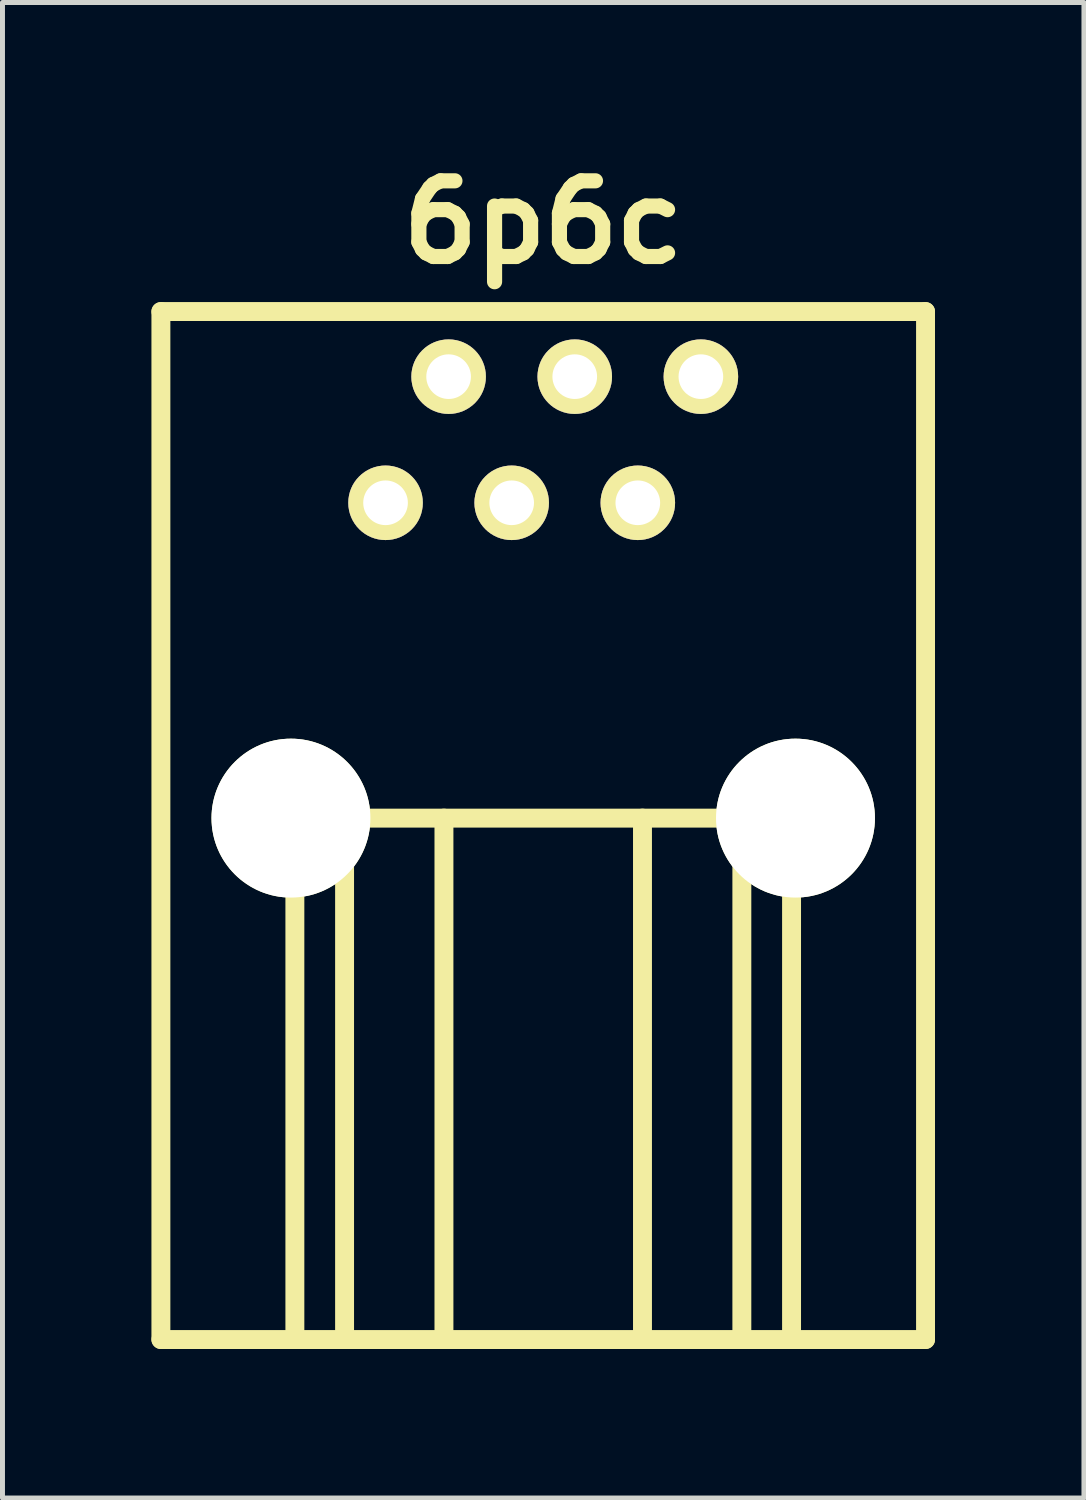
<source format=kicad_pcb>
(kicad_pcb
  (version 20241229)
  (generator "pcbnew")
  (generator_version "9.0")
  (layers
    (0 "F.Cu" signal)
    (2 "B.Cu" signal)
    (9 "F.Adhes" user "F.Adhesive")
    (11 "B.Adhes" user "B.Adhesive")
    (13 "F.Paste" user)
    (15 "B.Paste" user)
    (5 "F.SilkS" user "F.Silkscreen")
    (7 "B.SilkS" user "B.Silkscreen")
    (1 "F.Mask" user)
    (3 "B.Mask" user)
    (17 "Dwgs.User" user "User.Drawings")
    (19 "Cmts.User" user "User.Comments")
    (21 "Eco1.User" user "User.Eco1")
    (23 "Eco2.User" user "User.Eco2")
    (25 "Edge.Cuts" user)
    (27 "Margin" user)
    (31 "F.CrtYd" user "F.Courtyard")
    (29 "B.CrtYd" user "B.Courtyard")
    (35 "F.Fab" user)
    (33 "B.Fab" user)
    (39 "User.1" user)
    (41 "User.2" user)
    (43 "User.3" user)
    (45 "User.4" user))
  (footprint "6p6c"
    (layer "F.Cu")
    (at 7.889 13.425)
    (property "Reference" "6p6c" (at 0 -11.999 0) (layer "F.SilkS") (effects (font (size 1.524 1.524) (thickness 0.305))))
    (attr through_hole)
    (fp_line (start -7.699 -10.201) (end 7.699 -10.201) (stroke (width 0.381) (type solid)) (layer "F.SilkS"))
    (fp_line (start -7.699 10.5) (end -7.699 -10.201) (stroke (width 0.381) (type solid)) (layer "F.SilkS"))
    (fp_line (start -5.001 0) (end -5.001 10.5) (stroke (width 0.381) (type solid)) (layer "F.SilkS"))
    (fp_line (start -5.001 0) (end 5.001 0) (stroke (width 0.381) (type solid)) (layer "F.SilkS"))
    (fp_line (start -4 10.5) (end -4 0) (stroke (width 0.381) (type solid)) (layer "F.SilkS"))
    (fp_line (start -1.999 10.5) (end -1.999 0) (stroke (width 0.381) (type solid)) (layer "F.SilkS"))
    (fp_line (start 1.999 10.5) (end 1.999 0) (stroke (width 0.381) (type solid)) (layer "F.SilkS"))
    (fp_line (start 4 0) (end 4 10.5) (stroke (width 0.381) (type solid)) (layer "F.SilkS"))
    (fp_line (start 5.001 0) (end 5.001 10.5) (stroke (width 0.381) (type solid)) (layer "F.SilkS"))
    (fp_line (start 7.699 -10.201) (end 7.699 10.5) (stroke (width 0.381) (type solid)) (layer "F.SilkS"))
    (fp_line (start 7.699 10.5) (end -7.699 10.5) (stroke (width 0.381) (type solid)) (layer "F.SilkS"))
    (pad "" np_thru_hole circle (at -5.08 0) (size 3.2 3.2) (drill 3.2) (layers "*.Cu" "*.Mask" "F.SilkS"))
    (pad "" np_thru_hole circle (at 5.08 0) (size 3.2 3.2) (drill 3.2) (layers "*.Cu" "*.Mask" "F.SilkS"))
    (pad "1" thru_hole circle (at -3.175 -6.35) (size 1.501 1.501) (drill 0.899) (layers "*.Cu" "*.Mask" "F.SilkS"))
    (pad "2" thru_hole circle (at -1.905 -8.89) (size 1.501 1.501) (drill 0.899) (layers "*.Cu" "*.Mask" "F.SilkS"))
    (pad "3" thru_hole circle (at -0.635 -6.35) (size 1.501 1.501) (drill 0.899) (layers "*.Cu" "*.Mask" "F.SilkS"))
    (pad "4" thru_hole circle (at 0.635 -8.89) (size 1.501 1.501) (drill 0.899) (layers "*.Cu" "*.Mask" "F.SilkS"))
    (pad "5" thru_hole circle (at 1.905 -6.35) (size 1.501 1.501) (drill 0.899) (layers "*.Cu" "*.Mask" "F.SilkS"))
    (pad "6" thru_hole circle (at 3.175 -8.89) (size 1.501 1.501) (drill 0.899) (layers "*.Cu" "*.Mask" "F.SilkS")))
  (gr_rect
    (start -3 -3)
    (end 18.778 27.116)
    (stroke (width 0.1) (type default))
    (fill no)
    (layer "Edge.Cuts")))
</source>
